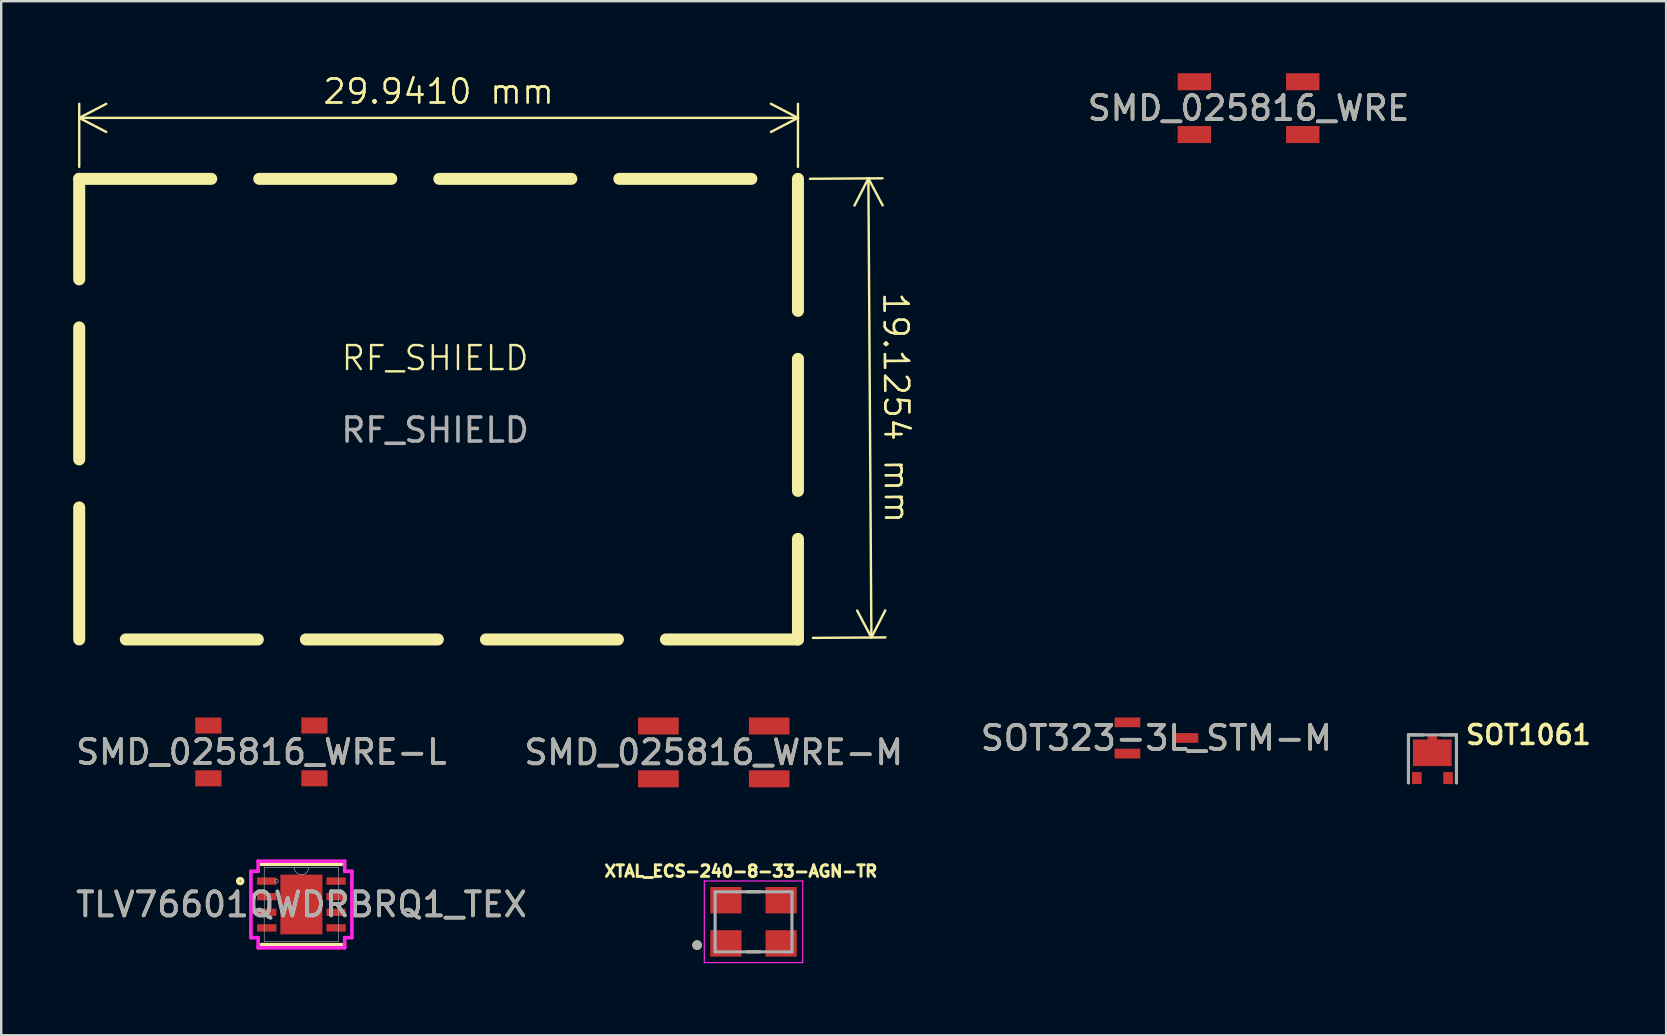
<source format=kicad_pcb>
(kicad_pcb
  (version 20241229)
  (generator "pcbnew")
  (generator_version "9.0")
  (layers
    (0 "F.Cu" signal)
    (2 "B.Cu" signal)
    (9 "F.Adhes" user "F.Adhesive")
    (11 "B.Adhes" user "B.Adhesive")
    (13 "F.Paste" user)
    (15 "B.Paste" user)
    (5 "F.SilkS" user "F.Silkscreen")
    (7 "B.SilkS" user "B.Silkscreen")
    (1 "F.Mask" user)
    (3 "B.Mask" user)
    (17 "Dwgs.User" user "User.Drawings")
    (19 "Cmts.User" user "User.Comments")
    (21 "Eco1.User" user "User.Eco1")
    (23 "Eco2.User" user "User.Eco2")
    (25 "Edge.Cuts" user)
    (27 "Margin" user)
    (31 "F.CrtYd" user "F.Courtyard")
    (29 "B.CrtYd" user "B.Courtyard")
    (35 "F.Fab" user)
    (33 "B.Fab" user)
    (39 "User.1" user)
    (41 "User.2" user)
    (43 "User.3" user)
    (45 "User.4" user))
  (footprint "SMD_025816_WRE"
    (layer "F.Cu")
    (at 48.962 1.455)
    (property "Reference" "SMD_025816_WRE" (at 0 0 0) (unlocked yes) (layer "F.SilkS") (effects (font (size 1 1) (thickness 0.15))))
    (attr smd)
    (fp_text user "${REFERENCE}" (at 0 0 0) (unlocked yes) (layer "F.Fab") (effects (font (size 1 1) (thickness 0.15))))
    (pad "1" smd rect (at -2.258 -1.1) (size 1.391 0.71) (layers "F.Cu" "F.Mask" "F.Paste"))
    (pad "2" smd rect (at 2.258 -1.1) (size 1.391 0.71) (layers "F.Cu" "F.Mask" "F.Paste"))
    (pad "3" smd rect (at -2.258 1.1) (size 1.391 0.71) (layers "F.Cu" "F.Mask" "F.Paste"))
    (pad "4" smd rect (at 2.258 1.1) (size 1.391 0.71) (layers "F.Cu" "F.Mask" "F.Paste")))
  (footprint "SMD_025816_WRE-M"
    (layer "F.Cu")
    (at 26.685 28.294)
    (property "Reference" "SMD_025816_WRE-M" (at 0 0 0) (unlocked yes) (layer "F.SilkS") (effects (font (size 1 1) (thickness 0.15))))
    (attr smd)
    (fp_text user "${REFERENCE}" (at 0 0 0) (unlocked yes) (layer "F.Fab") (effects (font (size 1 1) (thickness 0.15))))
    (pad "1" smd rect (at -2.308 -1.1) (size 1.691 0.71) (layers "F.Cu" "F.Mask" "F.Paste"))
    (pad "2" smd rect (at 2.308 -1.1) (size 1.691 0.71) (layers "F.Cu" "F.Mask" "F.Paste"))
    (pad "3" smd rect (at -2.308 1.1) (size 1.691 0.71) (layers "F.Cu" "F.Mask" "F.Paste"))
    (pad "4" smd rect (at 2.308 1.1) (size 1.691 0.71) (layers "F.Cu" "F.Mask" "F.Paste")))
  (footprint "RF_SHIELD"
    (layer "F.Cu")
    (at 15.076 13.366)
    (property "Reference" "RF_SHIELD" (at 0 -1.5 0) (unlocked yes) (layer "F.SilkS") (effects (font (size 1 1) (thickness 0.1))))
    (attr smd)
    (fp_rect (start -14.826 -8.966) (end 15.115 10.222) (stroke (width 0.5) (type dash)) (fill no) (layer "F.SilkS"))
    (fp_text user "${REFERENCE}" (at 0 1.5 0) (unlocked yes) (layer "F.Fab") (effects (font (size 1 1) (thickness 0.15))))
    (dimension (type aligned) (layer "F.SilkS") (pts (xy 0.25 4.401) (xy 30.191 4.401)) (height -2.54) (format (prefix "") (suffix "") (units 3) (units_format 1) (precision 4)) (style (thickness 0.1) (arrow_length 1.27) (text_position_mode 0) (arrow_direction outward) (extension_height 0.586) (extension_offset 0.5) (keep_text_aligned yes)) (gr_text "29.9413 mm" (at 15.221 0.76 0) (layer "F.SilkS") (effects (font (size 1 1) (thickness 0.1)))))
    (dimension (type aligned) (layer "F.SilkS") (pts (xy 30.191 4.401) (xy 30.316 23.526)) (height -2.934) (format (prefix "") (suffix "") (units 3) (units_format 1) (precision 4)) (style (thickness 0.1) (arrow_length 1.27) (text_position_mode 0) (arrow_direction outward) (extension_height 0.586) (extension_offset 0.5) (keep_text_aligned yes)) (gr_text "19.1261 mm" (at 34.287 13.937 270.374) (layer "F.SilkS") (effects (font (size 1 1) (thickness 0.1))))))
  (footprint "XTAL_ECS-240-8-33-AGN-TR"
    (layer "F.Cu")
    (at 28.34 35.351)
    (property "Reference" "XTAL_ECS-240-8-33-AGN-TR" (at -0.527 -2.109 0) (layer "F.SilkS") (effects (font (size 0.481 0.481) (thickness 0.15))))
    (attr smd)
    (fp_line (start -0.27 1.25) (end 0.27 1.25) (stroke (width 0.127) (type solid)) (layer "F.SilkS"))
    (fp_line (start 0.27 -1.25) (end -0.27 -1.25) (stroke (width 0.127) (type solid)) (layer "F.SilkS"))
    (fp_circle (center -2.35 0.97) (end -2.25 0.97) (stroke (width 0.2) (type solid)) (fill no) (layer "F.SilkS"))
    (fp_line (start -2.05 -1.7) (end -2.05 1.7) (stroke (width 0.05) (type solid)) (layer "F.CrtYd"))
    (fp_line (start -2.05 1.7) (end 2.05 1.7) (stroke (width 0.05) (type solid)) (layer "F.CrtYd"))
    (fp_line (start 2.05 -1.7) (end -2.05 -1.7) (stroke (width 0.05) (type solid)) (layer "F.CrtYd"))
    (fp_line (start 2.05 1.7) (end 2.05 -1.7) (stroke (width 0.05) (type solid)) (layer "F.CrtYd"))
    (fp_line (start -1.6 -1.25) (end -1.6 1.25) (stroke (width 0.127) (type solid)) (layer "F.Fab"))
    (fp_line (start -1.6 1.25) (end 1.6 1.25) (stroke (width 0.127) (type solid)) (layer "F.Fab"))
    (fp_line (start 1.6 -1.25) (end -1.6 -1.25) (stroke (width 0.127) (type solid)) (layer "F.Fab"))
    (fp_line (start 1.6 1.25) (end 1.6 -1.25) (stroke (width 0.127) (type solid)) (layer "F.Fab"))
    (fp_circle (center -2.35 0.97) (end -2.25 0.97) (stroke (width 0.2) (type solid)) (fill no) (layer "F.Fab"))
    (pad "1" smd rect (at -1.15 0.9) (size 1.3 1.1) (layers "F.Cu" "F.Mask" "F.Paste"))
    (pad "2" smd rect (at 1.15 0.9) (size 1.3 1.1) (layers "F.Cu" "F.Mask" "F.Paste"))
    (pad "3" smd rect (at 1.15 -0.9) (size 1.3 1.1) (layers "F.Cu" "F.Mask" "F.Paste"))
    (pad "4" smd rect (at -1.15 -0.9) (size 1.3 1.1) (layers "F.Cu" "F.Mask" "F.Paste")))
  (footprint "SOT1061"
    (layer "F.Cu")
    (at 56.622 28.563)
    (property "Reference" "SOT1061" (at 4.001 -1 0) (layer "F.SilkS") (effects (font (size 0.788 0.788) (thickness 0.15))))
    (attr smd)
    (fp_poly (pts (xy -0.901 0.5) (xy -0.4 0.5) (xy -0.4 1.102) (xy -0.901 1.102)) (stroke (width 0.01) (type solid)) (fill yes) (layer "F.Mask"))
    (fp_poly (pts (xy 0.401 0.5) (xy 0.9 0.5) (xy 0.9 1.101) (xy 0.401 1.101)) (stroke (width 0.01) (type solid)) (fill yes) (layer "F.Mask"))
    (fp_poly (pts (xy 0.85 0.35) (xy -0.85 0.35) (xy -0.85 -0.85) (xy -0.25 -0.85) (xy -0.25 -1.1) (xy 0.25 -1.1) (xy 0.25 -0.85) (xy 0.85 -0.85)) (stroke (width 0) (type solid)) (fill yes) (layer "F.Mask"))
    (fp_line (start -1 -1) (end -1 1) (stroke (width 0.125) (type solid)) (layer "F.SilkS"))
    (fp_line (start -0.375 -1) (end -1 -1) (stroke (width 0.125) (type solid)) (layer "F.SilkS"))
    (fp_line (start 1 -1) (end 0.375 -1) (stroke (width 0.125) (type solid)) (layer "F.SilkS"))
    (fp_line (start 1 1) (end 1 -1) (stroke (width 0.125) (type solid)) (layer "F.SilkS"))
    (fp_poly (pts (xy 0.8 0.3) (xy -0.8 0.3) (xy -0.8 -0.8) (xy -0.2 -0.8) (xy -0.2 -1.05) (xy 0.2 -1.05) (xy 0.2 -0.8) (xy 0.8 -0.8)) (stroke (width 0) (type solid)) (fill yes) (layer "F.Paste"))
    (fp_line (start -1 -1) (end 1 -1) (stroke (width 0.125) (type solid)) (layer "F.Fab"))
    (fp_line (start -1 1) (end -1 -1) (stroke (width 0.125) (type solid)) (layer "F.Fab"))
    (fp_line (start 1 -1) (end 1 -0.9) (stroke (width 0.125) (type solid)) (layer "F.Fab"))
    (fp_line (start 1 -0.9) (end 1 1) (stroke (width 0.125) (type solid)) (layer "F.Fab"))
    (pad "1" smd rect (at -0.65 0.8 180) (size 0.4 0.5) (layers "F.Cu" "F.Paste"))
    (pad "2" smd rect (at 0.65 0.8 180) (size 0.4 0.5) (layers "F.Cu" "F.Paste"))
    (pad "3" smd rect (at -0.005 -0.809 180) (size 0.4 0.5) (layers "F.Cu" "F.Paste"))
    (pad "3" smd rect (at -0.005 -0.254 180) (size 1.61 1.109) (layers "F.Cu" "F.Paste"))
    (pad "3" smd rect (at 0 -0.875 180) (size 0.001 0.001) (layers "F.Cu")))
  (footprint "TLV76601QWDRBRQ1_TEX"
    (layer "F.Cu")
    (at 9.506 34.629)
    (property "Reference" "TLV76601QWDRBRQ1_TEX" (at 0 0 0) (unlocked yes) (layer "F.SilkS") (effects (font (size 1 1) (thickness 0.15))))
    (attr smd)
    (fp_line (start -1.676 1.676) (end 1.676 1.676) (stroke (width 0.152) (type solid)) (layer "F.SilkS"))
    (fp_line (start 1.676 -1.676) (end -1.676 -1.676) (stroke (width 0.152) (type solid)) (layer "F.SilkS"))
    (fp_circle (center -2.55 -0.975) (end -2.449 -0.975) (stroke (width 0.152) (type solid)) (fill no) (layer "F.SilkS"))
    (fp_line (start -2.103 -1.382) (end -1.803 -1.382) (stroke (width 0.152) (type solid)) (layer "F.CrtYd"))
    (fp_line (start -2.103 1.382) (end -2.103 -1.382) (stroke (width 0.152) (type solid)) (layer "F.CrtYd"))
    (fp_line (start -2.103 1.382) (end -1.803 1.382) (stroke (width 0.152) (type solid)) (layer "F.CrtYd"))
    (fp_line (start -1.803 -1.803) (end 1.803 -1.803) (stroke (width 0.152) (type solid)) (layer "F.CrtYd"))
    (fp_line (start -1.803 -1.382) (end -1.803 -1.803) (stroke (width 0.152) (type solid)) (layer "F.CrtYd"))
    (fp_line (start -1.803 1.803) (end -1.803 1.382) (stroke (width 0.152) (type solid)) (layer "F.CrtYd"))
    (fp_line (start 1.803 -1.803) (end 1.803 -1.382) (stroke (width 0.152) (type solid)) (layer "F.CrtYd"))
    (fp_line (start 1.803 1.382) (end 1.803 1.803) (stroke (width 0.152) (type solid)) (layer "F.CrtYd"))
    (fp_line (start 1.803 1.803) (end -1.803 1.803) (stroke (width 0.152) (type solid)) (layer "F.CrtYd"))
    (fp_line (start 2.103 -1.382) (end 1.803 -1.382) (stroke (width 0.152) (type solid)) (layer "F.CrtYd"))
    (fp_line (start 2.103 -1.382) (end 2.103 1.382) (stroke (width 0.152) (type solid)) (layer "F.CrtYd"))
    (fp_line (start 2.103 1.382) (end 1.803 1.382) (stroke (width 0.152) (type solid)) (layer "F.CrtYd"))
    (fp_line (start -1.549 -1.549) (end -1.549 1.549) (stroke (width 0.025) (type solid)) (layer "F.Fab"))
    (fp_line (start -1.549 1.549) (end 1.549 1.549) (stroke (width 0.025) (type solid)) (layer "F.Fab"))
    (fp_line (start 1.549 -1.549) (end -1.549 -1.549) (stroke (width 0.025) (type solid)) (layer "F.Fab"))
    (fp_line (start 1.549 1.549) (end 1.549 -1.549) (stroke (width 0.025) (type solid)) (layer "F.Fab"))
    (fp_arc (start 0.3048 -1.5494) (mid 0 -1.2446) (end -0.3048 -1.5494) (stroke (width 0.0254) (type solid)) (layer "F.Fab"))
    (fp_circle (center -1.041 -0.975) (end -0.965 -0.975) (stroke (width 0.025) (type solid)) (fill no) (layer "F.Fab"))
    (fp_text user "${REFERENCE}" (at 0 0 0) (unlocked yes) (layer "F.Fab") (effects (font (size 1 1) (thickness 0.15))))
    (pad "1" smd rect (at -1.445 -0.975) (size 0.808 0.306) (layers "F.Cu" "F.Mask" "F.Paste"))
    (pad "2" smd rect (at -1.445 -0.325) (size 0.808 0.306) (layers "F.Cu" "F.Mask" "F.Paste"))
    (pad "3" smd rect (at -1.445 0.325) (size 0.808 0.306) (layers "F.Cu" "F.Mask" "F.Paste"))
    (pad "4" smd rect (at -1.445 0.975) (size 0.808 0.306) (layers "F.Cu" "F.Mask" "F.Paste"))
    (pad "5" smd rect (at 1.445 0.975) (size 0.808 0.306) (layers "F.Cu" "F.Mask" "F.Paste"))
    (pad "6" smd rect (at 1.445 0.325) (size 0.808 0.306) (layers "F.Cu" "F.Mask" "F.Paste"))
    (pad "7" smd rect (at 1.445 -0.325) (size 0.808 0.306) (layers "F.Cu" "F.Mask" "F.Paste"))
    (pad "8" smd rect (at 1.445 -0.975) (size 0.808 0.306) (layers "F.Cu" "F.Mask" "F.Paste"))
    (pad "9" smd rect (at 0 0) (size 1.753 2.489) (layers "F.Cu" "F.Mask" "F.Paste")))
  (footprint "SMD_025816_WRE-L"
    (layer "F.Cu")
    (at 7.839 28.274)
    (property "Reference" "SMD_025816_WRE-L" (at 0 0 0) (unlocked yes) (layer "F.SilkS") (effects (font (size 1 1) (thickness 0.15))))
    (attr smd)
    (fp_text user "${REFERENCE}" (at 0 0 0) (unlocked yes) (layer "F.Fab") (effects (font (size 1 1) (thickness 0.15))))
    (pad "1" smd rect (at -2.208 -1.1) (size 1.091 0.67) (layers "F.Cu" "F.Mask" "F.Paste"))
    (pad "2" smd rect (at 2.208 -1.1) (size 1.091 0.67) (layers "F.Cu" "F.Mask" "F.Paste"))
    (pad "3" smd rect (at -2.208 1.1) (size 1.091 0.67) (layers "F.Cu" "F.Mask" "F.Paste"))
    (pad "4" smd rect (at 2.208 1.1) (size 1.091 0.67) (layers "F.Cu" "F.Mask" "F.Paste")))
  (footprint "SOT323-3L_STM-M"
    (layer "F.Cu")
    (at 45.125 27.692)
    (property "Reference" "SOT323-3L_STM-M" (at 0 0 0) (unlocked yes) (layer "F.SilkS") (effects (font (size 1 1) (thickness 0.15))))
    (attr smd)
    (fp_text user "${REFERENCE}" (at 0 0 0) (unlocked yes) (layer "F.Fab") (effects (font (size 1 1) (thickness 0.15))))
    (pad "1" smd rect (at -1.208 -0.65) (size 1.071 0.406) (layers "F.Cu" "F.Mask" "F.Paste"))
    (pad "2" smd rect (at -1.208 0.65) (size 1.071 0.406) (layers "F.Cu" "F.Mask" "F.Paste"))
    (pad "3" smd rect (at 1.208 0) (size 1.071 0.406) (layers "F.Cu" "F.Mask" "F.Paste")))
  (gr_rect
    (start -3 -3)
    (end 66.357 40.076)
    (stroke (width 0.1) (type default))
    (fill no)
    (layer "Edge.Cuts")))
</source>
